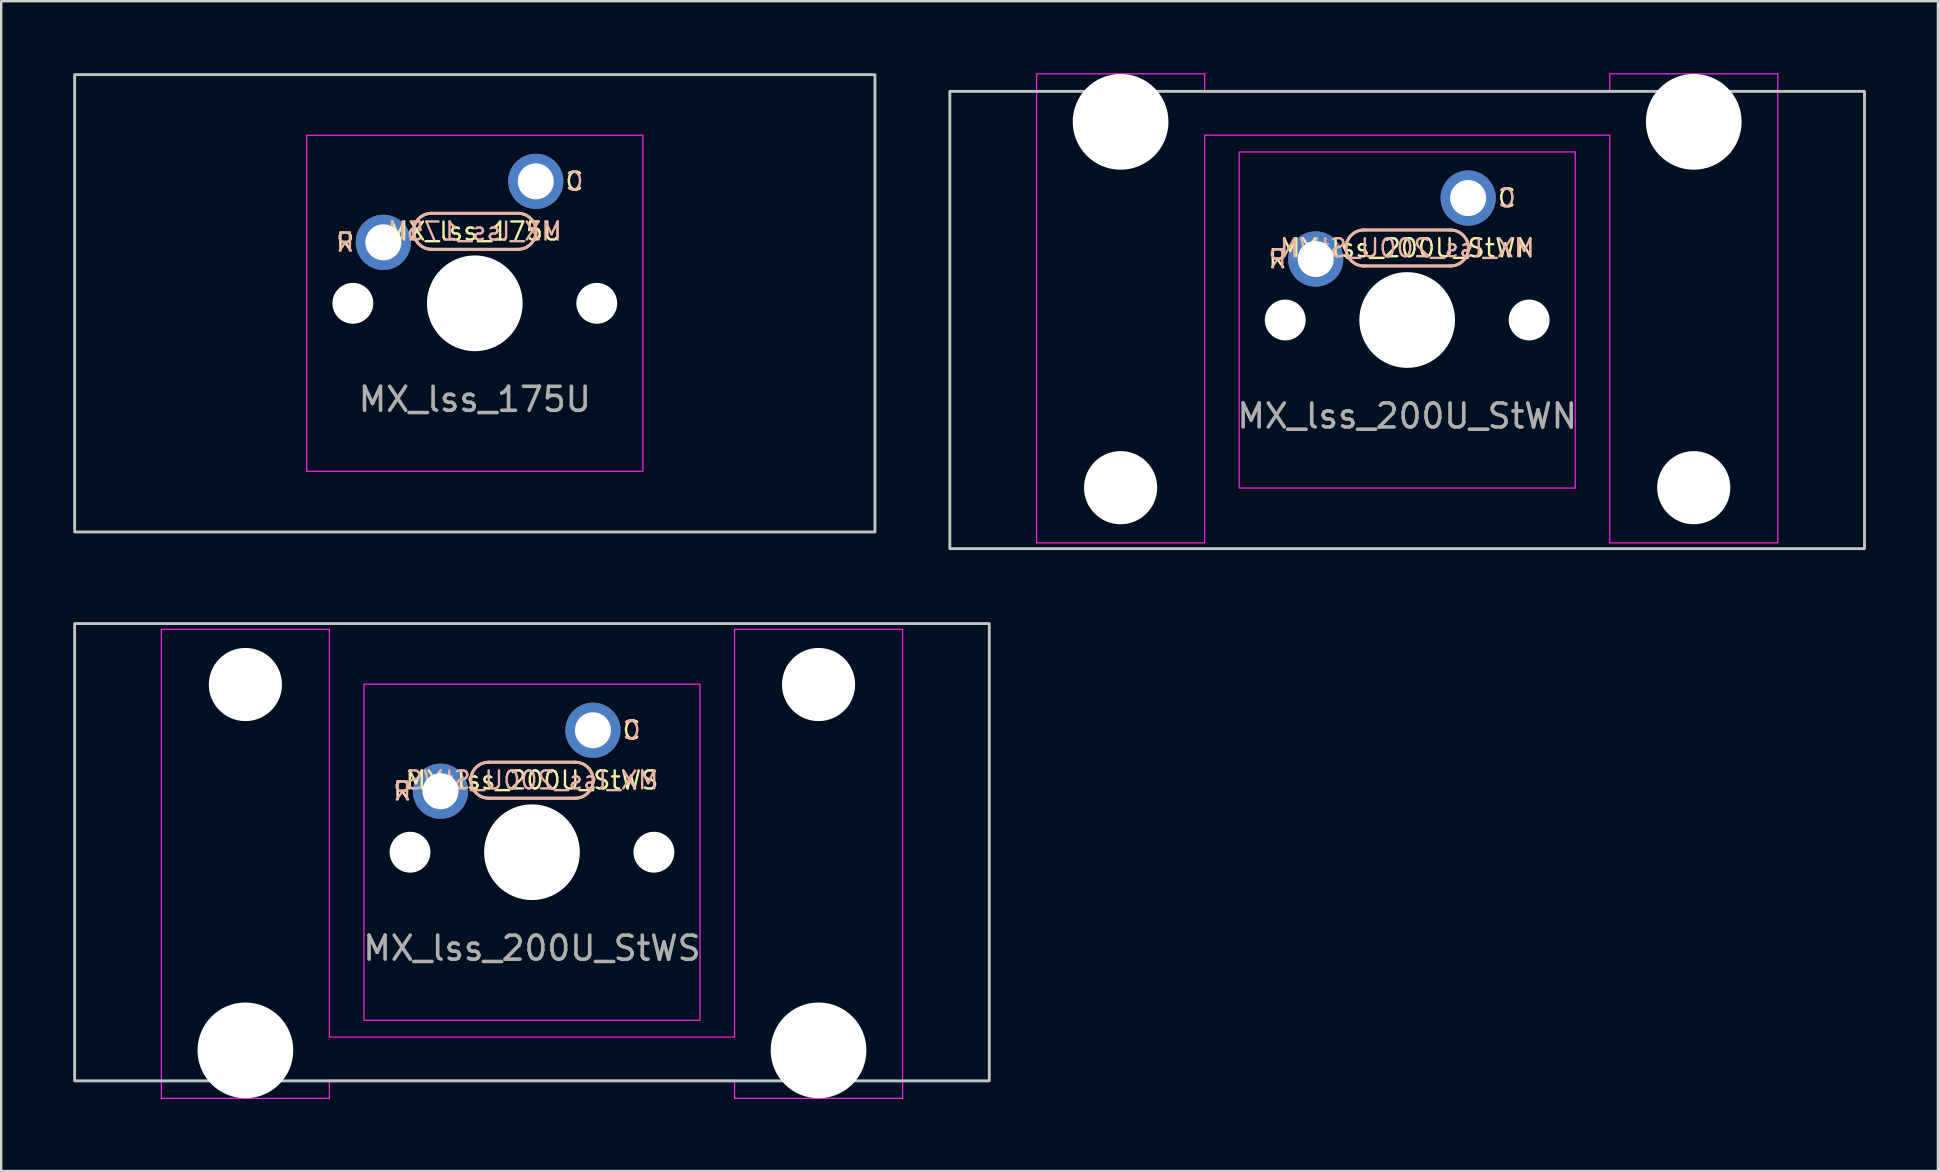
<source format=kicad_pcb>
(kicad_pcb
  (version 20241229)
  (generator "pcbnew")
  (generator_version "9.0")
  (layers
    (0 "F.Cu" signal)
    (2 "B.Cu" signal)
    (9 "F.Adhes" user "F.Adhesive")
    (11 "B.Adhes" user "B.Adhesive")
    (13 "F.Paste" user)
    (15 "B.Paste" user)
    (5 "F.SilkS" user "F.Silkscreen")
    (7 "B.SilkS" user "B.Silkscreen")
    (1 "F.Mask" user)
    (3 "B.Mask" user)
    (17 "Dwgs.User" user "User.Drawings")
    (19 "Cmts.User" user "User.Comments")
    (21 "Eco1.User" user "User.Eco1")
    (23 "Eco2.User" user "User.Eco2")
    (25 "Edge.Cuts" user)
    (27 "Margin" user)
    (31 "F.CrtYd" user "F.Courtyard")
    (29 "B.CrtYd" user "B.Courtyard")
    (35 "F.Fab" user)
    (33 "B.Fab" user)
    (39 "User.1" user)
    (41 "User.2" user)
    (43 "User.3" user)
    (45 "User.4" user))
  (footprint "MX_lss_200U_StWN"
    (layer "F.Cu")
    (at 55.568 10.28)
    (property "Reference" "MX_lss_200U_StWN" (at 0 -3 0) (unlocked yes) (layer "F.SilkS") (effects (font (size 0.75 0.75) (thickness 0.1))))
    (attr through_hole)
    (fp_line (start -1.8 -3.75) (end 1.8 -3.75) (stroke (width 0.12) (type solid)) (layer "F.SilkS"))
    (fp_line (start 1.8 -2.25) (end -1.8 -2.25) (stroke (width 0.12) (type solid)) (layer "F.SilkS"))
    (fp_arc (start -1.8 -2.25) (mid -2.55 -3) (end -1.8 -3.75) (stroke (width 0.12) (type solid)) (layer "F.SilkS"))
    (fp_arc (start 1.8 -3.75) (mid 2.55 -3) (end 1.8 -2.25) (stroke (width 0.12) (type solid)) (layer "F.SilkS"))
    (fp_line (start -1.8 -2.25) (end 1.8 -2.25) (stroke (width 0.12) (type solid)) (layer "B.SilkS"))
    (fp_line (start 1.8 -3.75) (end -1.8 -3.75) (stroke (width 0.12) (type solid)) (layer "B.SilkS"))
    (fp_arc (start -1.8 -2.25) (mid -2.55 -3) (end -1.8 -3.75) (stroke (width 0.12) (type solid)) (layer "B.SilkS"))
    (fp_arc (start 1.8 -3.75) (mid 2.55 -3) (end 1.8 -2.25) (stroke (width 0.12) (type solid)) (layer "B.SilkS"))
    (fp_rect (start -19.05 -9.525) (end 19.05 9.525) (stroke (width 0.12) (type solid)) (fill no) (layer "Dwgs.User"))
    (fp_rect (start -7 -7) (end 7 7) (stroke (width 0.05) (type solid)) (fill no) (layer "F.CrtYd"))
    (fp_poly (pts (xy 8.438 -7.7) (xy -8.438 -7.7) (xy -8.438 9.285) (xy -15.438 9.285) (xy -15.438 -10.255) (xy -8.438 -10.255) (xy -8.438 -9.5) (xy 8.438 -9.5) (xy 8.438 -10.255) (xy 15.438 -10.255) (xy 15.438 9.285) (xy 8.438 9.285)) (stroke (width 0.05) (type solid)) (fill no) (layer "F.CrtYd"))
    (fp_text user "R" (at -5.4 -2.54 0) (unlocked yes) (layer "F.SilkS") (effects (font (size 0.75 0.75) (thickness 0.1))))
    (fp_text user "C" (at 4.15 -5.08 0) (unlocked yes) (layer "F.SilkS") (effects (font (size 0.75 0.75) (thickness 0.1))))
    (fp_text user "R" (at -5.4 -2.54 0) (unlocked yes) (layer "B.SilkS") (effects (font (size 0.75 0.75) (thickness 0.1)) (justify mirror)))
    (fp_text user "${REFERENCE}" (at 0 -3 0) (unlocked yes) (layer "B.SilkS") (effects (font (size 0.75 0.75) (thickness 0.1)) (justify mirror)))
    (fp_text user "C" (at 4.15 -5.08 0) (unlocked yes) (layer "B.SilkS") (effects (font (size 0.75 0.75) (thickness 0.1)) (justify mirror)))
    (fp_text user "${REFERENCE}" (at 0 4 0) (unlocked yes) (layer "F.Fab") (effects (font (size 1 1) (thickness 0.15))))
    (pad "" np_thru_hole circle (at -11.938 -8.255 180) (size 3.988 3.988) (drill 3.988) (layers "*.Cu" "*.Mask"))
    (pad "" np_thru_hole circle (at -11.938 6.985 180) (size 3.048 3.048) (drill 3.048) (layers "*.Cu" "*.Mask"))
    (pad "" np_thru_hole circle (at -5.08 0) (size 1.702 1.702) (drill 1.702) (layers "*.Cu" "*.Mask"))
    (pad "" np_thru_hole circle (at 0 0) (size 3.988 3.988) (drill 3.988) (layers "*.Cu" "*.Mask"))
    (pad "" np_thru_hole circle (at 5.08 0) (size 1.702 1.702) (drill 1.702) (layers "*.Cu" "*.Mask"))
    (pad "" np_thru_hole circle (at 11.938 -8.255 180) (size 3.988 3.988) (drill 3.988) (layers "*.Cu" "*.Mask"))
    (pad "" np_thru_hole circle (at 11.938 6.985 180) (size 3.048 3.048) (drill 3.048) (layers "*.Cu" "*.Mask"))
    (pad "1" thru_hole circle (at 2.54 -5.08) (size 2.3 2.3) (drill 1.5) (layers "*.Cu" "*.Mask"))
    (pad "2" thru_hole circle (at -3.81 -2.54) (size 2.3 2.3) (drill 1.5) (layers "*.Cu" "*.Mask")))
  (footprint "MX_lss_175U"
    (layer "F.Cu")
    (at 16.729 9.585)
    (property "Reference" "MX_lss_175U" (at 0 -3 0) (unlocked yes) (layer "F.SilkS") (effects (font (size 0.75 0.75) (thickness 0.1))))
    (attr through_hole)
    (fp_line (start -1.8 -3.75) (end 1.8 -3.75) (stroke (width 0.12) (type solid)) (layer "F.SilkS"))
    (fp_line (start 1.8 -2.25) (end -1.8 -2.25) (stroke (width 0.12) (type solid)) (layer "F.SilkS"))
    (fp_arc (start -1.8 -2.25) (mid -2.55 -3) (end -1.8 -3.75) (stroke (width 0.12) (type solid)) (layer "F.SilkS"))
    (fp_arc (start 1.8 -3.75) (mid 2.55 -3) (end 1.8 -2.25) (stroke (width 0.12) (type solid)) (layer "F.SilkS"))
    (fp_line (start -1.8 -2.25) (end 1.8 -2.25) (stroke (width 0.12) (type solid)) (layer "B.SilkS"))
    (fp_line (start 1.8 -3.75) (end -1.8 -3.75) (stroke (width 0.12) (type solid)) (layer "B.SilkS"))
    (fp_arc (start -1.8 -2.25) (mid -2.55 -3) (end -1.8 -3.75) (stroke (width 0.12) (type solid)) (layer "B.SilkS"))
    (fp_arc (start 1.8 -3.75) (mid 2.55 -3) (end 1.8 -2.25) (stroke (width 0.12) (type solid)) (layer "B.SilkS"))
    (fp_rect (start -16.669 -9.525) (end 16.669 9.525) (stroke (width 0.12) (type solid)) (fill no) (layer "Dwgs.User"))
    (fp_rect (start -7 -7) (end 7 7) (stroke (width 0.05) (type solid)) (fill no) (layer "F.CrtYd"))
    (fp_text user "R" (at -5.4 -2.54 0) (unlocked yes) (layer "F.SilkS") (effects (font (size 0.75 0.75) (thickness 0.1))))
    (fp_text user "C" (at 4.15 -5.08 0) (unlocked yes) (layer "F.SilkS") (effects (font (size 0.75 0.75) (thickness 0.1))))
    (fp_text user "R" (at -5.4 -2.54 0) (unlocked yes) (layer "B.SilkS") (effects (font (size 0.75 0.75) (thickness 0.1)) (justify mirror)))
    (fp_text user "C" (at 4.15 -5.08 0) (unlocked yes) (layer "B.SilkS") (effects (font (size 0.75 0.75) (thickness 0.1)) (justify mirror)))
    (fp_text user "${REFERENCE}" (at 0 -3 0) (unlocked yes) (layer "B.SilkS") (effects (font (size 0.75 0.75) (thickness 0.1)) (justify mirror)))
    (fp_text user "${REFERENCE}" (at 0 4 0) (unlocked yes) (layer "F.Fab") (effects (font (size 1 1) (thickness 0.15))))
    (pad "" np_thru_hole circle (at -5.08 0) (size 1.702 1.702) (drill 1.702) (layers "*.Cu" "*.Mask"))
    (pad "" np_thru_hole circle (at 0 0) (size 3.988 3.988) (drill 3.988) (layers "*.Cu" "*.Mask"))
    (pad "" np_thru_hole circle (at 5.08 0) (size 1.702 1.702) (drill 1.702) (layers "*.Cu" "*.Mask"))
    (pad "1" thru_hole circle (at 2.54 -5.08) (size 2.3 2.3) (drill 1.5) (layers "*.Cu" "*.Mask"))
    (pad "2" thru_hole circle (at -3.81 -2.54) (size 2.3 2.3) (drill 1.5) (layers "*.Cu" "*.Mask")))
  (footprint "MX_lss_200U_StWS"
    (layer "F.Cu")
    (at 19.11 32.45)
    (property "Reference" "MX_lss_200U_StWS" (at 0 -3 0) (unlocked yes) (layer "F.SilkS") (effects (font (size 0.75 0.75) (thickness 0.1))))
    (attr through_hole)
    (fp_line (start -1.8 -3.75) (end 1.8 -3.75) (stroke (width 0.12) (type solid)) (layer "F.SilkS"))
    (fp_line (start 1.8 -2.25) (end -1.8 -2.25) (stroke (width 0.12) (type solid)) (layer "F.SilkS"))
    (fp_arc (start -1.8 -2.25) (mid -2.55 -3) (end -1.8 -3.75) (stroke (width 0.12) (type solid)) (layer "F.SilkS"))
    (fp_arc (start 1.8 -3.75) (mid 2.55 -3) (end 1.8 -2.25) (stroke (width 0.12) (type solid)) (layer "F.SilkS"))
    (fp_line (start -1.8 -2.25) (end 1.8 -2.25) (stroke (width 0.12) (type solid)) (layer "B.SilkS"))
    (fp_line (start 1.8 -3.75) (end -1.8 -3.75) (stroke (width 0.12) (type solid)) (layer "B.SilkS"))
    (fp_arc (start -1.8 -2.25) (mid -2.55 -3) (end -1.8 -3.75) (stroke (width 0.12) (type solid)) (layer "B.SilkS"))
    (fp_arc (start 1.8 -3.75) (mid 2.55 -3) (end 1.8 -2.25) (stroke (width 0.12) (type solid)) (layer "B.SilkS"))
    (fp_rect (start -19.05 -9.525) (end 19.05 9.525) (stroke (width 0.12) (type solid)) (fill no) (layer "Dwgs.User"))
    (fp_rect (start -7 -7) (end 7 7) (stroke (width 0.05) (type solid)) (fill no) (layer "F.CrtYd"))
    (fp_poly (pts (xy -8.438 7.7) (xy 8.438 7.7) (xy 8.438 -9.285) (xy 15.438 -9.285) (xy 15.438 10.255) (xy 8.438 10.255) (xy 8.438 9.5) (xy -8.438 9.5) (xy -8.438 10.255) (xy -15.438 10.255) (xy -15.438 -9.285) (xy -8.438 -9.285)) (stroke (width 0.05) (type solid)) (fill no) (layer "F.CrtYd"))
    (fp_text user "C" (at 4.15 -5.08 0) (unlocked yes) (layer "F.SilkS") (effects (font (size 0.75 0.75) (thickness 0.1))))
    (fp_text user "R" (at -5.4 -2.54 0) (unlocked yes) (layer "F.SilkS") (effects (font (size 0.75 0.75) (thickness 0.1))))
    (fp_text user "${REFERENCE}" (at 0 -3 0) (unlocked yes) (layer "B.SilkS") (effects (font (size 0.75 0.75) (thickness 0.1)) (justify mirror)))
    (fp_text user "C" (at 4.15 -5.08 0) (unlocked yes) (layer "B.SilkS") (effects (font (size 0.75 0.75) (thickness 0.1)) (justify mirror)))
    (fp_text user "R" (at -5.4 -2.54 0) (unlocked yes) (layer "B.SilkS") (effects (font (size 0.75 0.75) (thickness 0.1)) (justify mirror)))
    (fp_text user "${REFERENCE}" (at 0 4 0) (unlocked yes) (layer "F.Fab") (effects (font (size 1 1) (thickness 0.15))))
    (pad "" np_thru_hole circle (at -11.938 -6.985) (size 3.048 3.048) (drill 3.048) (layers "*.Cu" "*.Mask"))
    (pad "" np_thru_hole circle (at -11.938 8.255) (size 3.988 3.988) (drill 3.988) (layers "*.Cu" "*.Mask"))
    (pad "" np_thru_hole circle (at -5.08 0) (size 1.702 1.702) (drill 1.702) (layers "*.Cu" "*.Mask"))
    (pad "" np_thru_hole circle (at 0 0) (size 3.988 3.988) (drill 3.988) (layers "*.Cu" "*.Mask"))
    (pad "" np_thru_hole circle (at 5.08 0) (size 1.702 1.702) (drill 1.702) (layers "*.Cu" "*.Mask"))
    (pad "" np_thru_hole circle (at 11.938 -6.985) (size 3.048 3.048) (drill 3.048) (layers "*.Cu" "*.Mask"))
    (pad "" np_thru_hole circle (at 11.938 8.255) (size 3.988 3.988) (drill 3.988) (layers "*.Cu" "*.Mask"))
    (pad "1" thru_hole circle (at 2.54 -5.08) (size 2.3 2.3) (drill 1.5) (layers "*.Cu" "*.Mask"))
    (pad "2" thru_hole circle (at -3.81 -2.54) (size 2.3 2.3) (drill 1.5) (layers "*.Cu" "*.Mask")))
  (gr_rect
    (start -3 -3)
    (end 77.677 45.73)
    (stroke (width 0.1) (type default))
    (fill no)
    (layer "Edge.Cuts")))
</source>
